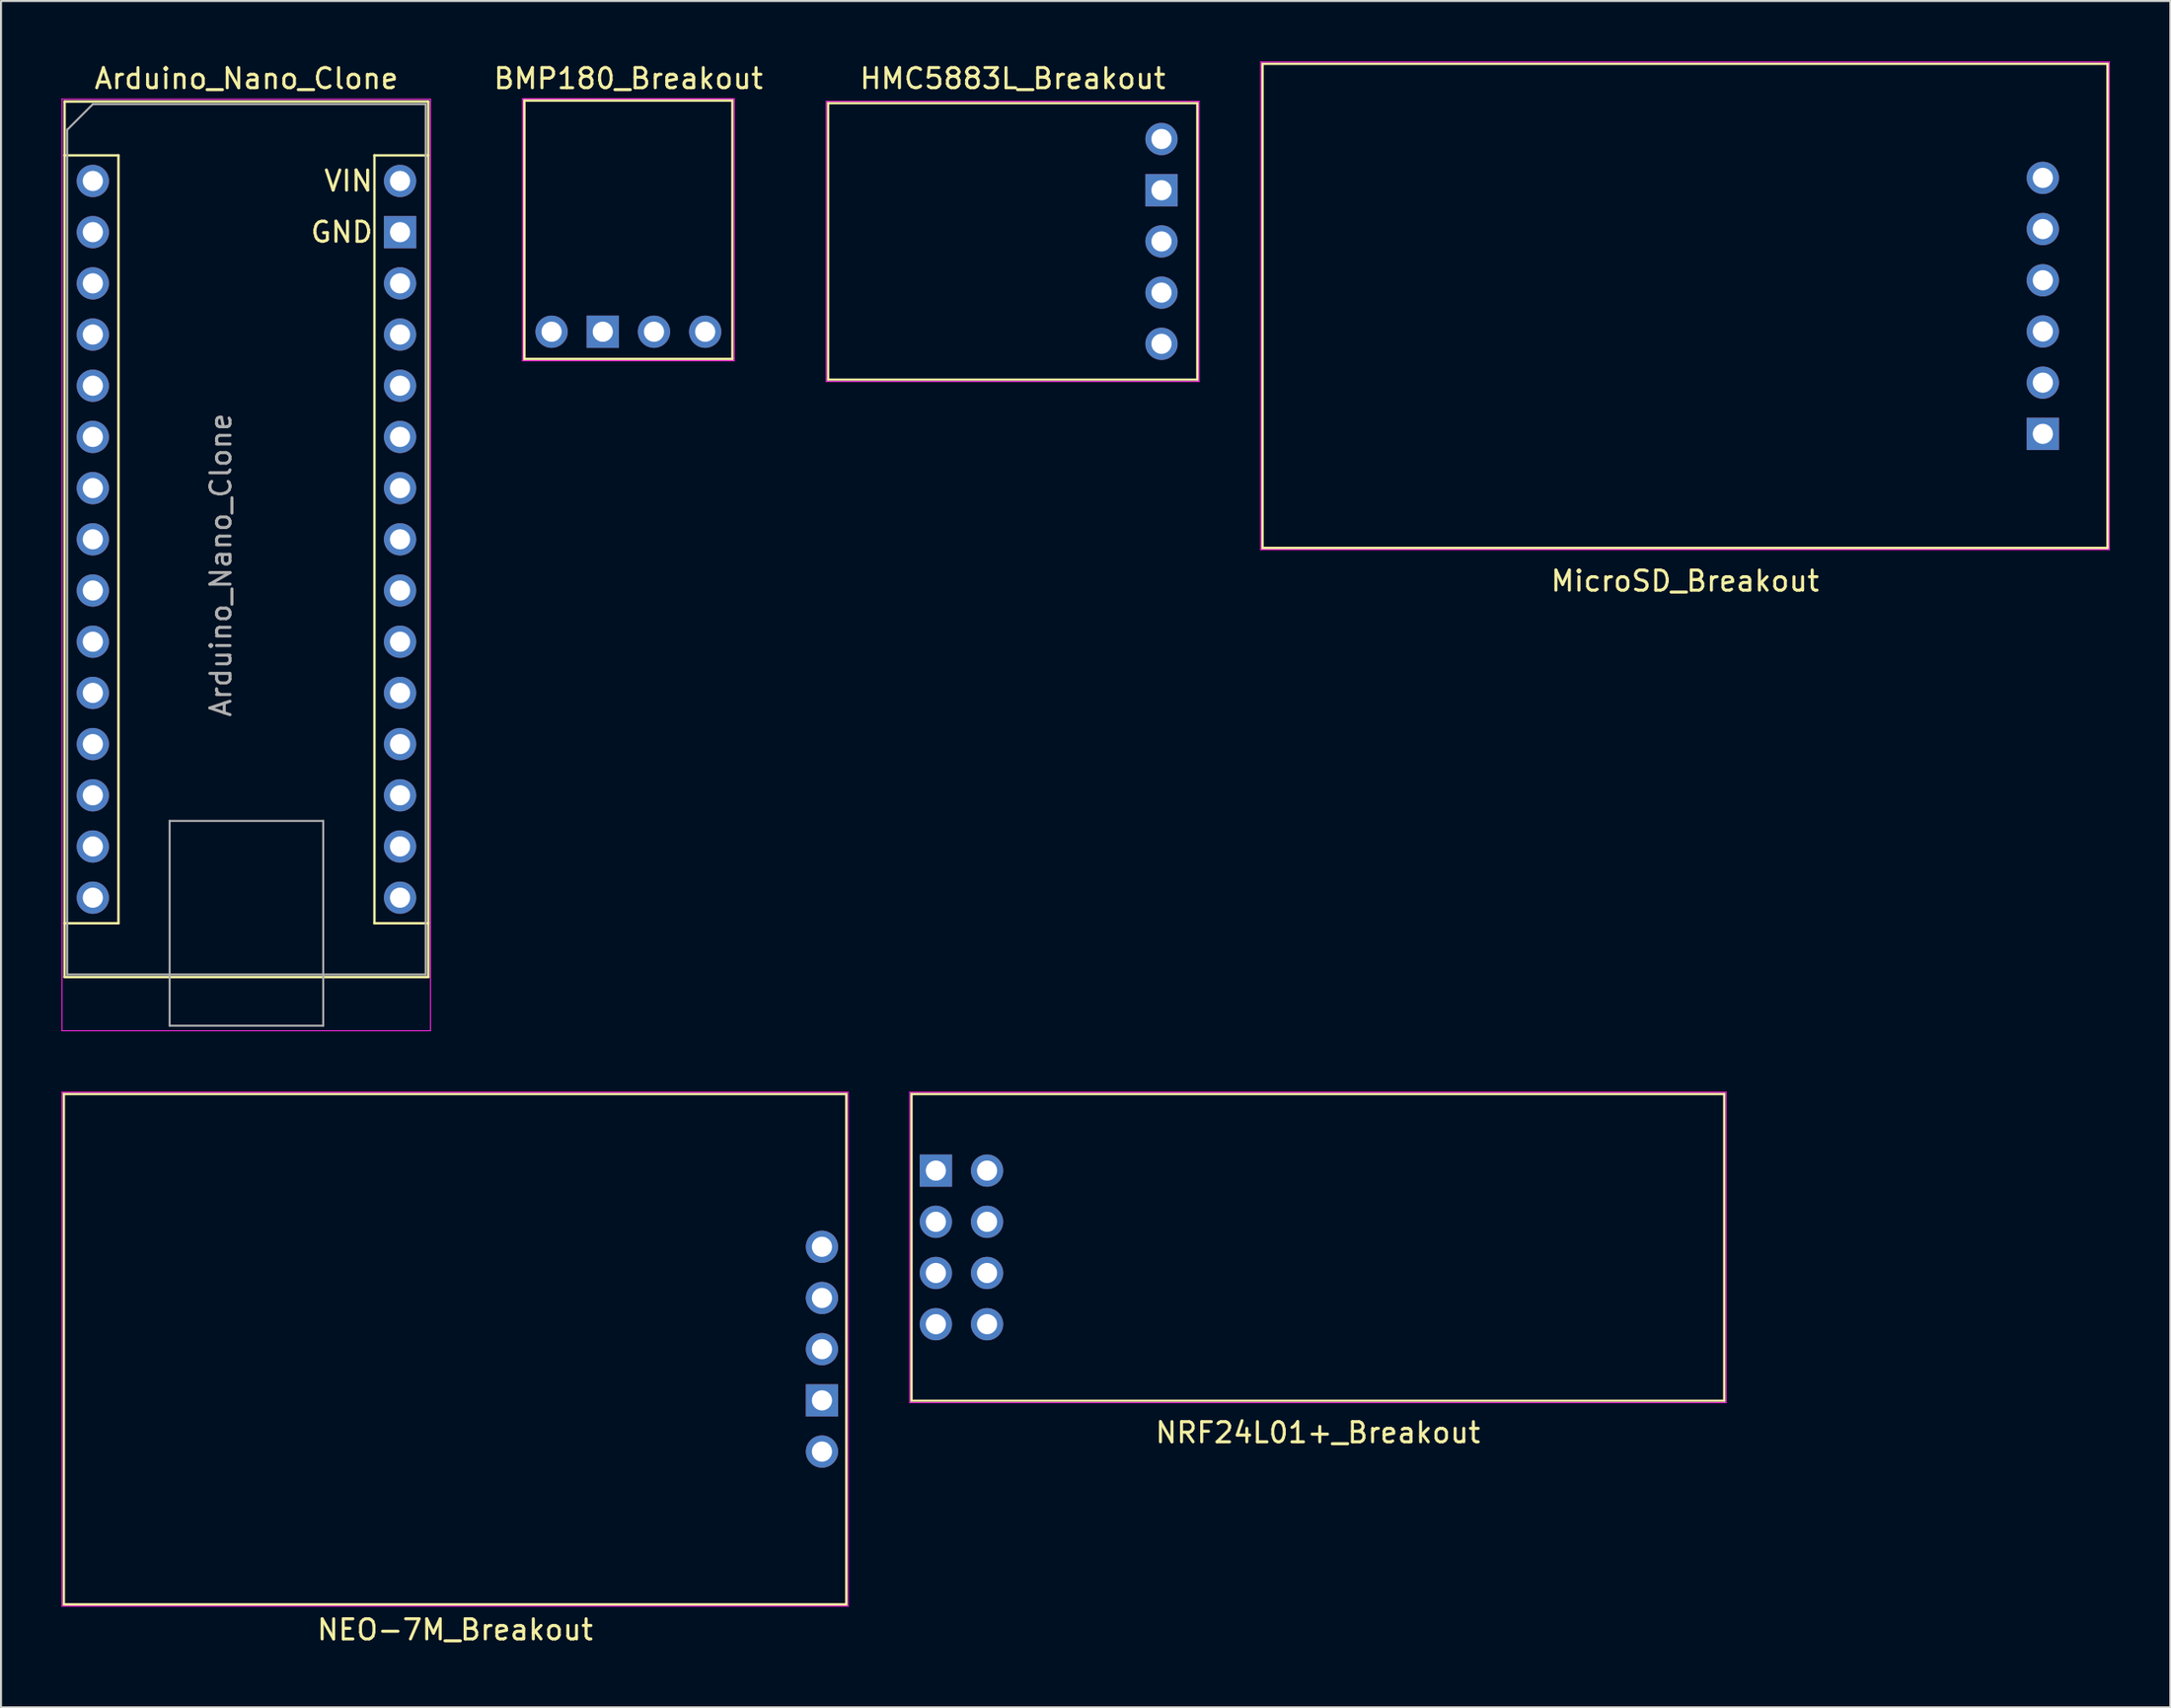
<source format=kicad_pcb>
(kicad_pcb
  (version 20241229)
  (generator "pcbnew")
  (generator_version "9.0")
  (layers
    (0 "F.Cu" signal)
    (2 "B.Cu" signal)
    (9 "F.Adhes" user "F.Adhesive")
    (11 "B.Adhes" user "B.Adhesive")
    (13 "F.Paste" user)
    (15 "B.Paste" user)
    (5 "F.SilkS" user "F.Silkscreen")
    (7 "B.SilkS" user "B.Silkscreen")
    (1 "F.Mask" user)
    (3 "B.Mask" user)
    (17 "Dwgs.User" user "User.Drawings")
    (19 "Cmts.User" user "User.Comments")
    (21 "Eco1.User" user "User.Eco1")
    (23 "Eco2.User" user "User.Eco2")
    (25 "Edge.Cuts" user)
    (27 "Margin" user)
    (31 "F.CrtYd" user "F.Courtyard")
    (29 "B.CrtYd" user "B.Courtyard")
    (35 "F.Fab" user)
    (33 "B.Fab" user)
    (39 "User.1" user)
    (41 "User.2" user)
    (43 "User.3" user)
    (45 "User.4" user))
  (footprint "BMP180_Breakout"
    (layer "F.Cu")
    (at 24.312 13.408)
    (property "Reference" "BMP180_Breakout" (at 3.81 -12.56 0) (layer "F.SilkS") (effects (font (size 1 1) (thickness 0.15))))
    (attr through_hole)
    (fp_line (start -1.35 1.35) (end -1.35 -11.47) (stroke (width 0.12) (type solid)) (layer "F.SilkS"))
    (fp_line (start -1.35 1.35) (end 8.97 1.35) (stroke (width 0.12) (type solid)) (layer "F.SilkS"))
    (fp_line (start 8.97 -11.47) (end -1.35 -11.47) (stroke (width 0.12) (type solid)) (layer "F.SilkS"))
    (fp_line (start 8.97 1.35) (end 8.97 -11.47) (stroke (width 0.12) (type solid)) (layer "F.SilkS"))
    (fp_line (start -1.44 -11.56) (end -1.44 1.44) (stroke (width 0.05) (type solid)) (layer "F.CrtYd"))
    (fp_line (start -1.44 1.44) (end 9.06 1.44) (stroke (width 0.05) (type solid)) (layer "F.CrtYd"))
    (fp_line (start 9.06 -11.56) (end -1.44 -11.56) (stroke (width 0.05) (type solid)) (layer "F.CrtYd"))
    (fp_line (start 9.06 1.44) (end 9.06 -11.56) (stroke (width 0.05) (type solid)) (layer "F.CrtYd"))
    (pad "1" thru_hole circle (at 0 0) (size 1.6 1.6) (drill 1) (layers "*.Cu" "*.Mask"))
    (pad "2" thru_hole rect (at 2.54 0) (size 1.6 1.6) (drill 1) (layers "*.Cu" "*.Mask"))
    (pad "3" thru_hole circle (at 5.08 0) (size 1.6 1.6) (drill 1) (layers "*.Cu" "*.Mask"))
    (pad "4" thru_hole circle (at 7.62 0) (size 1.6 1.6) (drill 1) (layers "*.Cu" "*.Mask")))
  (footprint "HMC5883L_Breakout"
    (layer "F.Cu")
    (at 54.568 3.848)
    (property "Reference" "HMC5883L_Breakout" (at -7.38 -3 0) (layer "F.SilkS") (effects (font (size 1 1) (thickness 0.15))))
    (attr through_hole)
    (fp_line (start -16.54 -1.78) (end -16.54 11.94) (stroke (width 0.12) (type solid)) (layer "F.SilkS"))
    (fp_line (start -16.54 11.94) (end 1.78 11.94) (stroke (width 0.12) (type solid)) (layer "F.SilkS"))
    (fp_line (start 1.78 -1.78) (end -16.54 -1.78) (stroke (width 0.12) (type solid)) (layer "F.SilkS"))
    (fp_line (start 1.78 11.94) (end 1.78 -1.78) (stroke (width 0.12) (type solid)) (layer "F.SilkS"))
    (fp_line (start -16.63 -1.87) (end 1.87 -1.87) (stroke (width 0.05) (type solid)) (layer "F.CrtYd"))
    (fp_line (start -16.63 12.03) (end -16.63 -1.87) (stroke (width 0.05) (type solid)) (layer "F.CrtYd"))
    (fp_line (start 1.87 -1.87) (end 1.87 12.03) (stroke (width 0.05) (type solid)) (layer "F.CrtYd"))
    (fp_line (start 1.87 12.03) (end -16.63 12.03) (stroke (width 0.05) (type solid)) (layer "F.CrtYd"))
    (pad "1" thru_hole circle (at 0 0) (size 1.6 1.6) (drill 1) (layers "*.Cu" "*.Mask"))
    (pad "2" thru_hole rect (at 0 2.54) (size 1.6 1.6) (drill 1) (layers "*.Cu" "*.Mask"))
    (pad "3" thru_hole circle (at 0 5.08) (size 1.6 1.6) (drill 1) (layers "*.Cu" "*.Mask"))
    (pad "4" thru_hole circle (at 0 7.62) (size 1.6 1.6) (drill 1) (layers "*.Cu" "*.Mask"))
    (pad "5" thru_hole circle (at 0 10.16) (size 1.6 1.6) (drill 1) (layers "*.Cu" "*.Mask")))
  (footprint "NEO-7M_Breakout"
    (layer "F.Cu")
    (at 37.725 58.808)
    (property "Reference" "NEO-7M_Breakout" (at -18.2 19 0) (layer "F.SilkS") (effects (font (size 1 1) (thickness 0.15))))
    (attr through_hole)
    (fp_line (start -37.61 -7.58) (end -37.61 17.74) (stroke (width 0.12) (type solid)) (layer "F.SilkS"))
    (fp_line (start -37.61 17.74) (end 1.21 17.74) (stroke (width 0.12) (type solid)) (layer "F.SilkS"))
    (fp_line (start 1.21 -7.58) (end -37.61 -7.58) (stroke (width 0.12) (type solid)) (layer "F.SilkS"))
    (fp_line (start 1.21 17.74) (end 1.21 -7.58) (stroke (width 0.12) (type solid)) (layer "F.SilkS"))
    (fp_line (start -37.7 -7.67) (end 1.3 -7.67) (stroke (width 0.05) (type solid)) (layer "F.CrtYd"))
    (fp_line (start -37.7 17.83) (end -37.7 -7.67) (stroke (width 0.05) (type solid)) (layer "F.CrtYd"))
    (fp_line (start 1.3 -7.67) (end 1.3 17.83) (stroke (width 0.05) (type solid)) (layer "F.CrtYd"))
    (fp_line (start 1.3 17.83) (end -37.7 17.83) (stroke (width 0.05) (type solid)) (layer "F.CrtYd"))
    (pad "1" thru_hole circle (at 0 0) (size 1.6 1.6) (drill 1) (layers "*.Cu" "*.Mask"))
    (pad "2" thru_hole circle (at 0 2.54) (size 1.6 1.6) (drill 1) (layers "*.Cu" "*.Mask"))
    (pad "3" thru_hole circle (at 0 5.08) (size 1.6 1.6) (drill 1) (layers "*.Cu" "*.Mask"))
    (pad "4" thru_hole rect (at 0 7.62) (size 1.6 1.6) (drill 1) (layers "*.Cu" "*.Mask"))
    (pad "5" thru_hole circle (at 0 10.16) (size 1.6 1.6) (drill 1) (layers "*.Cu" "*.Mask")))
  (footprint "Arduino_Nano_Clone"
    (layer "F.Cu")
    (at 1.555 5.928)
    (property "Reference" "Arduino_Nano_Clone" (at 7.62 -5.08 0) (layer "F.SilkS") (effects (font (size 1 1) (thickness 0.15))))
    (attr through_hole)
    (fp_line (start -1.4 -3.94) (end -1.4 -1.27) (stroke (width 0.12) (type solid)) (layer "F.SilkS"))
    (fp_line (start -1.4 -1.27) (end -1.4 39.5) (stroke (width 0.12) (type solid)) (layer "F.SilkS"))
    (fp_line (start -1.4 39.5) (end 16.64 39.5) (stroke (width 0.12) (type solid)) (layer "F.SilkS"))
    (fp_line (start 1.27 -1.27) (end -1.4 -1.27) (stroke (width 0.12) (type solid)) (layer "F.SilkS"))
    (fp_line (start 1.27 -1.27) (end 1.27 36.83) (stroke (width 0.12) (type solid)) (layer "F.SilkS"))
    (fp_line (start 1.27 36.83) (end -1.4 36.83) (stroke (width 0.12) (type solid)) (layer "F.SilkS"))
    (fp_line (start 13.97 -1.27) (end 13.97 36.83) (stroke (width 0.12) (type solid)) (layer "F.SilkS"))
    (fp_line (start 13.97 -1.27) (end 16.64 -1.27) (stroke (width 0.12) (type solid)) (layer "F.SilkS"))
    (fp_line (start 13.97 36.83) (end 16.64 36.83) (stroke (width 0.12) (type solid)) (layer "F.SilkS"))
    (fp_line (start 16.64 -3.94) (end -1.4 -3.94) (stroke (width 0.12) (type solid)) (layer "F.SilkS"))
    (fp_line (start 16.64 39.5) (end 16.64 -3.94) (stroke (width 0.12) (type solid)) (layer "F.SilkS"))
    (fp_line (start -1.53 -4.06) (end -1.53 42.16) (stroke (width 0.05) (type solid)) (layer "F.CrtYd"))
    (fp_line (start -1.53 -4.06) (end 16.75 -4.06) (stroke (width 0.05) (type solid)) (layer "F.CrtYd"))
    (fp_line (start 16.75 42.16) (end -1.53 42.16) (stroke (width 0.05) (type solid)) (layer "F.CrtYd"))
    (fp_line (start 16.75 42.16) (end 16.75 -4.06) (stroke (width 0.05) (type solid)) (layer "F.CrtYd"))
    (fp_line (start -1.27 -2.54) (end 0 -3.81) (stroke (width 0.1) (type solid)) (layer "F.Fab"))
    (fp_line (start -1.27 39.37) (end -1.27 -2.54) (stroke (width 0.1) (type solid)) (layer "F.Fab"))
    (fp_line (start 0 -3.81) (end 16.51 -3.81) (stroke (width 0.1) (type solid)) (layer "F.Fab"))
    (fp_line (start 3.81 31.75) (end 11.43 31.75) (stroke (width 0.1) (type solid)) (layer "F.Fab"))
    (fp_line (start 3.81 41.91) (end 3.81 31.75) (stroke (width 0.1) (type solid)) (layer "F.Fab"))
    (fp_line (start 11.43 31.75) (end 11.43 41.91) (stroke (width 0.1) (type solid)) (layer "F.Fab"))
    (fp_line (start 11.43 41.91) (end 3.81 41.91) (stroke (width 0.1) (type solid)) (layer "F.Fab"))
    (fp_line (start 16.51 -3.81) (end 16.51 39.37) (stroke (width 0.1) (type solid)) (layer "F.Fab"))
    (fp_line (start 16.51 39.37) (end -1.27 39.37) (stroke (width 0.1) (type solid)) (layer "F.Fab"))
    (fp_text user "GND" (at 13.97 2.54 0) (layer "F.SilkS") (effects (font (size 1 1) (thickness 0.15)) (justify right)))
    (fp_text user "VIN" (at 13.97 0 0) (layer "F.SilkS") (effects (font (size 1 1) (thickness 0.15)) (justify right)))
    (fp_text user "${REFERENCE}" (at 6.35 19.05 270) (layer "F.Fab") (effects (font (size 1 1) (thickness 0.15))))
    (pad "1" thru_hole circle (at 0 0) (size 1.6 1.6) (drill 1) (layers "*.Cu" "*.Mask"))
    (pad "2" thru_hole oval (at 0 2.54) (size 1.6 1.6) (drill 1) (layers "*.Cu" "*.Mask"))
    (pad "3" thru_hole oval (at 0 5.08) (size 1.6 1.6) (drill 1) (layers "*.Cu" "*.Mask"))
    (pad "4" thru_hole oval (at 0 7.62) (size 1.6 1.6) (drill 1) (layers "*.Cu" "*.Mask"))
    (pad "5" thru_hole oval (at 0 10.16) (size 1.6 1.6) (drill 1) (layers "*.Cu" "*.Mask"))
    (pad "6" thru_hole oval (at 0 12.7) (size 1.6 1.6) (drill 1) (layers "*.Cu" "*.Mask"))
    (pad "7" thru_hole oval (at 0 15.24) (size 1.6 1.6) (drill 1) (layers "*.Cu" "*.Mask"))
    (pad "8" thru_hole oval (at 0 17.78) (size 1.6 1.6) (drill 1) (layers "*.Cu" "*.Mask"))
    (pad "9" thru_hole oval (at 0 20.32) (size 1.6 1.6) (drill 1) (layers "*.Cu" "*.Mask"))
    (pad "10" thru_hole oval (at 0 22.86) (size 1.6 1.6) (drill 1) (layers "*.Cu" "*.Mask"))
    (pad "11" thru_hole oval (at 0 25.4) (size 1.6 1.6) (drill 1) (layers "*.Cu" "*.Mask"))
    (pad "12" thru_hole oval (at 0 27.94) (size 1.6 1.6) (drill 1) (layers "*.Cu" "*.Mask"))
    (pad "13" thru_hole oval (at 0 30.48) (size 1.6 1.6) (drill 1) (layers "*.Cu" "*.Mask"))
    (pad "14" thru_hole oval (at 0 33.02) (size 1.6 1.6) (drill 1) (layers "*.Cu" "*.Mask"))
    (pad "15" thru_hole oval (at 0 35.56) (size 1.6 1.6) (drill 1) (layers "*.Cu" "*.Mask"))
    (pad "16" thru_hole oval (at 15.24 35.56) (size 1.6 1.6) (drill 1) (layers "*.Cu" "*.Mask"))
    (pad "17" thru_hole oval (at 15.24 33.02) (size 1.6 1.6) (drill 1) (layers "*.Cu" "*.Mask"))
    (pad "18" thru_hole oval (at 15.24 30.48) (size 1.6 1.6) (drill 1) (layers "*.Cu" "*.Mask"))
    (pad "19" thru_hole oval (at 15.24 27.94) (size 1.6 1.6) (drill 1) (layers "*.Cu" "*.Mask"))
    (pad "20" thru_hole oval (at 15.24 25.4) (size 1.6 1.6) (drill 1) (layers "*.Cu" "*.Mask"))
    (pad "21" thru_hole oval (at 15.24 22.86) (size 1.6 1.6) (drill 1) (layers "*.Cu" "*.Mask"))
    (pad "22" thru_hole oval (at 15.24 20.32) (size 1.6 1.6) (drill 1) (layers "*.Cu" "*.Mask"))
    (pad "23" thru_hole oval (at 15.24 17.78) (size 1.6 1.6) (drill 1) (layers "*.Cu" "*.Mask"))
    (pad "24" thru_hole oval (at 15.24 15.24) (size 1.6 1.6) (drill 1) (layers "*.Cu" "*.Mask"))
    (pad "25" thru_hole oval (at 15.24 12.7) (size 1.6 1.6) (drill 1) (layers "*.Cu" "*.Mask"))
    (pad "26" thru_hole oval (at 15.24 10.16) (size 1.6 1.6) (drill 1) (layers "*.Cu" "*.Mask"))
    (pad "27" thru_hole oval (at 15.24 7.62) (size 1.6 1.6) (drill 1) (layers "*.Cu" "*.Mask"))
    (pad "28" thru_hole oval (at 15.24 5.08) (size 1.6 1.6) (drill 1) (layers "*.Cu" "*.Mask"))
    (pad "29" thru_hole trapezoid (at 15.24 2.54) (size 1.6 1.6) (drill 1) (layers "*.Cu" "*.Mask"))
    (pad "30" thru_hole oval (at 15.24 0) (size 1.6 1.6) (drill 1) (layers "*.Cu" "*.Mask")))
  (footprint "MicroSD_Breakout"
    (layer "F.Cu")
    (at 98.288 5.775)
    (property "Reference" "MicroSD_Breakout" (at -17.75 20 0) (layer "F.SilkS") (effects (font (size 1 1) (thickness 0.15))))
    (attr through_hole)
    (fp_line (start -38.71 -5.66) (end -38.71 18.36) (stroke (width 0.12) (type solid)) (layer "F.SilkS"))
    (fp_line (start -38.71 18.36) (end 3.21 18.36) (stroke (width 0.12) (type solid)) (layer "F.SilkS"))
    (fp_line (start 3.21 -5.66) (end -38.71 -5.66) (stroke (width 0.12) (type solid)) (layer "F.SilkS"))
    (fp_line (start 3.21 18.36) (end 3.21 -5.66) (stroke (width 0.12) (type solid)) (layer "F.SilkS"))
    (fp_line (start -38.8 -5.75) (end -38.8 18.45) (stroke (width 0.05) (type solid)) (layer "F.CrtYd"))
    (fp_line (start -38.8 18.45) (end 3.3 18.45) (stroke (width 0.05) (type solid)) (layer "F.CrtYd"))
    (fp_line (start 3.3 -5.75) (end -38.8 -5.75) (stroke (width 0.05) (type solid)) (layer "F.CrtYd"))
    (fp_line (start 3.3 18.45) (end 3.3 -5.75) (stroke (width 0.05) (type solid)) (layer "F.CrtYd"))
    (pad "1" thru_hole circle (at 0 0) (size 1.6 1.6) (drill 1) (layers "*.Cu" "*.Mask"))
    (pad "2" thru_hole circle (at 0 2.54) (size 1.6 1.6) (drill 1) (layers "*.Cu" "*.Mask"))
    (pad "3" thru_hole circle (at 0 5.08) (size 1.6 1.6) (drill 1) (layers "*.Cu" "*.Mask"))
    (pad "4" thru_hole circle (at 0 7.62) (size 1.6 1.6) (drill 1) (layers "*.Cu" "*.Mask"))
    (pad "5" thru_hole circle (at 0 10.16) (size 1.6 1.6) (drill 1) (layers "*.Cu" "*.Mask"))
    (pad "6" thru_hole rect (at 0 12.7) (size 1.6 1.6) (drill 1) (layers "*.Cu" "*.Mask")))
  (footprint "NRF24L01+_Breakout"
    (layer "F.Cu")
    (at 43.375 55.028)
    (property "Reference" "NRF24L01+_Breakout" (at 18.95 13 0) (layer "F.SilkS") (effects (font (size 1 1) (thickness 0.15))))
    (attr through_hole)
    (fp_line (start -1.21 -3.8) (end 39.11 -3.8) (stroke (width 0.12) (type solid)) (layer "F.SilkS"))
    (fp_line (start -1.21 11.42) (end -1.21 -3.8) (stroke (width 0.12) (type solid)) (layer "F.SilkS"))
    (fp_line (start 39.11 -3.8) (end 39.11 11.42) (stroke (width 0.12) (type solid)) (layer "F.SilkS"))
    (fp_line (start 39.11 11.42) (end -1.21 11.42) (stroke (width 0.12) (type solid)) (layer "F.SilkS"))
    (fp_line (start -1.3 -3.89) (end 39.2 -3.89) (stroke (width 0.05) (type solid)) (layer "F.CrtYd"))
    (fp_line (start -1.3 11.51) (end -1.3 -3.89) (stroke (width 0.05) (type solid)) (layer "F.CrtYd"))
    (fp_line (start 39.2 -3.89) (end 39.2 11.51) (stroke (width 0.05) (type solid)) (layer "F.CrtYd"))
    (fp_line (start 39.2 11.51) (end -1.3 11.51) (stroke (width 0.05) (type solid)) (layer "F.CrtYd"))
    (pad "1" thru_hole rect (at 0 0) (size 1.6 1.6) (drill 1) (layers "*.Cu" "*.Mask"))
    (pad "2" thru_hole circle (at 2.54 0) (size 1.6 1.6) (drill 1) (layers "*.Cu" "*.Mask"))
    (pad "3" thru_hole circle (at 0 2.54) (size 1.6 1.6) (drill 1) (layers "*.Cu" "*.Mask"))
    (pad "4" thru_hole circle (at 2.54 2.54) (size 1.6 1.6) (drill 1) (layers "*.Cu" "*.Mask"))
    (pad "5" thru_hole circle (at 0 5.08) (size 1.6 1.6) (drill 1) (layers "*.Cu" "*.Mask"))
    (pad "6" thru_hole circle (at 2.54 5.08) (size 1.6 1.6) (drill 1) (layers "*.Cu" "*.Mask"))
    (pad "7" thru_hole circle (at 0 7.62) (size 1.6 1.6) (drill 1) (layers "*.Cu" "*.Mask"))
    (pad "8" thru_hole circle (at 2.54 7.62) (size 1.6 1.6) (drill 1) (layers "*.Cu" "*.Mask")))
  (gr_rect
    (start -3 -3)
    (end 104.613 81.656)
    (stroke (width 0.1) (type default))
    (fill no)
    (layer "Edge.Cuts")))
</source>
